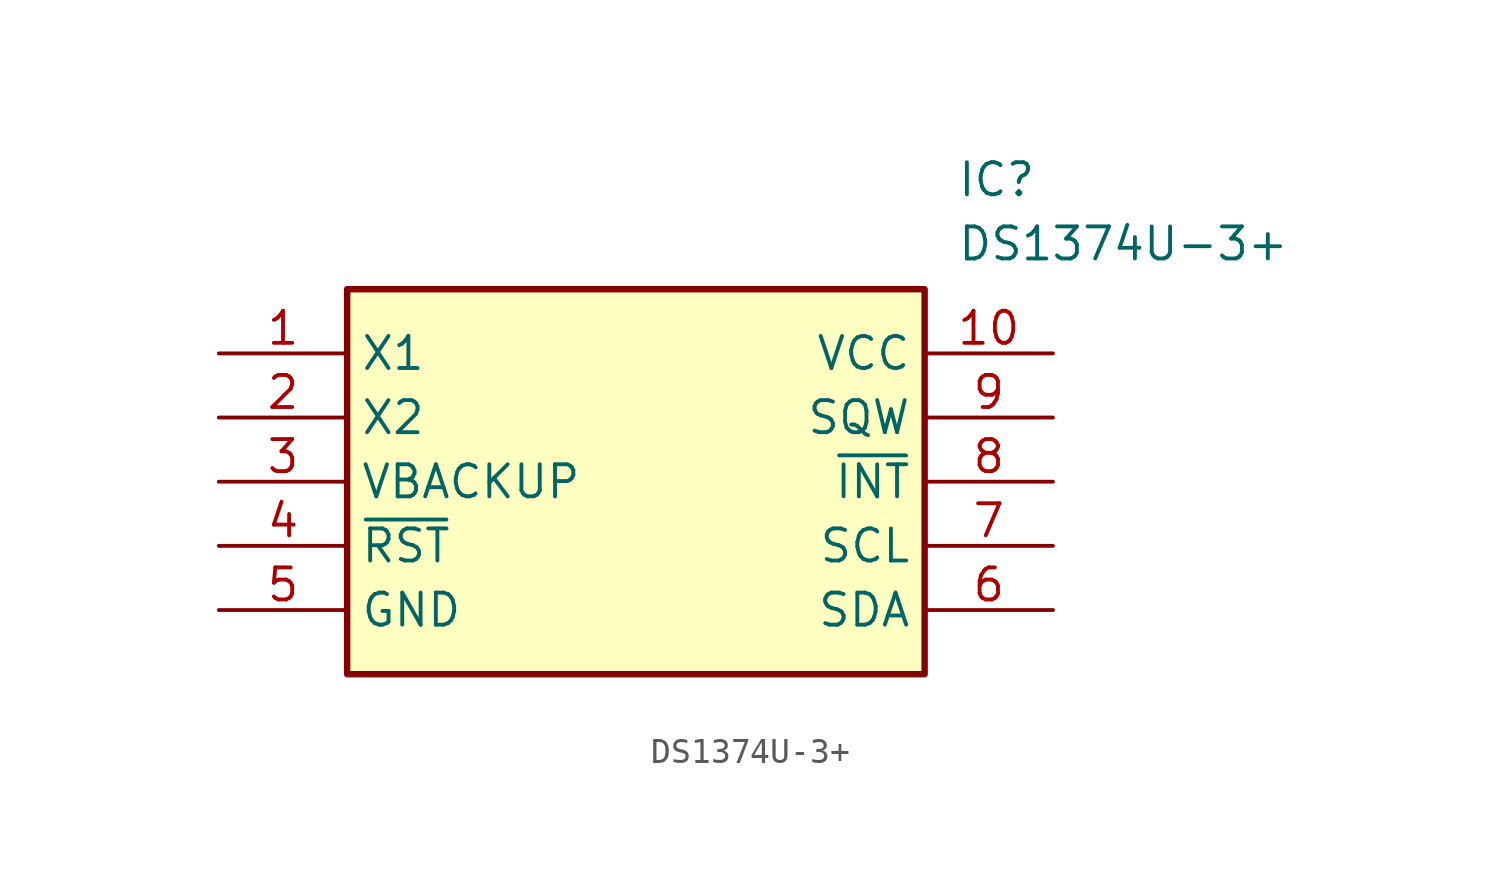
<source format=kicad_sym>
(kicad_symbol_lib
  (version 20211014)
  (generator SamacSys_ECAD_Model)
  (symbol "DS1374U-3+"
    (property "Reference" "IC"
      (at 29.21 7.62 0)
      (effects (font (size 1.27 1.27)) (justify left top)))
    (property "Value" "DS1374U-3+"
      (at 29.21 5.08 0)
      (effects (font (size 1.27 1.27)) (justify left top)))
    (rectangle
      (start 5.08 2.54)
      (end 27.94 -12.7)
      (stroke (width 0.254) (type default))
      (fill (type background)))
    (pin passive line
      (at 0 0 0)
      (length 5.08)
      (name "X1" (effects (font (size 1.27 1.27))))
      (number "1" (effects (font (size 1.27 1.27)))))
    (pin passive line
      (at 0 -2.54 0)
      (length 5.08)
      (name "X2" (effects (font (size 1.27 1.27))))
      (number "2" (effects (font (size 1.27 1.27)))))
    (pin passive line
      (at 0 -5.08 0)
      (length 5.08)
      (name "VBACKUP" (effects (font (size 1.27 1.27))))
      (number "3" (effects (font (size 1.27 1.27)))))
    (pin passive line
      (at 0 -7.62 0)
      (length 5.08)
      (name "~{RST}" (effects (font (size 1.27 1.27))))
      (number "4" (effects (font (size 1.27 1.27)))))
    (pin passive line
      (at 0 -10.16 0)
      (length 5.08)
      (name "GND" (effects (font (size 1.27 1.27))))
      (number "5" (effects (font (size 1.27 1.27)))))
    (pin passive line
      (at 33.02 0 180)
      (length 5.08)
      (name "VCC" (effects (font (size 1.27 1.27))))
      (number "10" (effects (font (size 1.27 1.27)))))
    (pin passive line
      (at 33.02 -2.54 180)
      (length 5.08)
      (name "SQW" (effects (font (size 1.27 1.27))))
      (number "9" (effects (font (size 1.27 1.27)))))
    (pin passive line
      (at 33.02 -5.08 180)
      (length 5.08)
      (name "~{INT}" (effects (font (size 1.27 1.27))))
      (number "8" (effects (font (size 1.27 1.27)))))
    (pin passive line
      (at 33.02 -7.62 180)
      (length 5.08)
      (name "SCL" (effects (font (size 1.27 1.27))))
      (number "7" (effects (font (size 1.27 1.27)))))
    (pin passive line
      (at 33.02 -10.16 180)
      (length 5.08)
      (name "SDA" (effects (font (size 1.27 1.27))))
      (number "6" (effects (font (size 1.27 1.27)))))))
</source>
